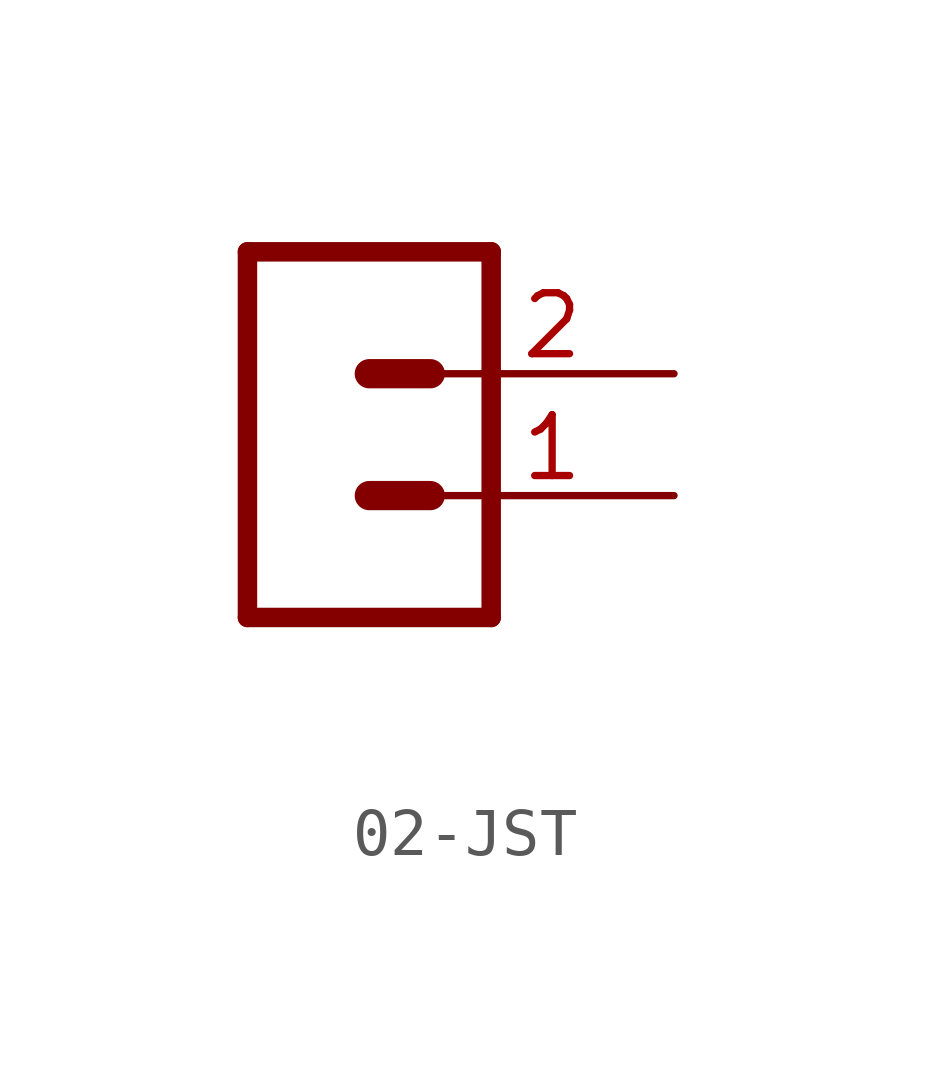
<source format=kicad_sym>
(kicad_symbol_lib
  (version 20220914)
  (generator kicad_symbol_editor)
  (symbol "02-JST"
    (property "Reference" ""
      (at -1.27 3.302 0)
      (effects (font (size 1.778 1.511)) (justify left bottom) hide))
    (property "Value" ""
      (at -1.27 -7.62 0)
      (effects (font (size 1.778 1.511)) (justify left bottom)))
    (property "ki_locked" ""
      (at 0 0 0)
      (effects (font (size 1.27 1.27))))
    (symbol "02-JST_1_0"
      (polyline (pts (xy -1.27 2.54) (xy -1.27 -5.08)) (stroke (width 0.406) (type solid)) (fill (type none)))
      (polyline (pts (xy -1.27 2.54) (xy 3.81 2.54)) (stroke (width 0.406) (type solid)) (fill (type none)))
      (polyline (pts (xy 1.27 -2.54) (xy 2.54 -2.54)) (stroke (width 0.61) (type solid)) (fill (type none)))
      (polyline (pts (xy 1.27 0) (xy 2.54 0)) (stroke (width 0.61) (type solid)) (fill (type none)))
      (polyline (pts (xy 3.81 -5.08) (xy -1.27 -5.08)) (stroke (width 0.406) (type solid)) (fill (type none)))
      (polyline (pts (xy 3.81 -5.08) (xy 3.81 2.54)) (stroke (width 0.406) (type solid)) (fill (type none)))
      (pin passive line (at 7.62 -2.54 180) (length 5.08) (name "1" (effects (font (size 0 0)))) (number "1" (effects (font (size 1.27 1.27)))))
      (pin passive line (at 7.62 0 180) (length 5.08) (name "2" (effects (font (size 0 0)))) (number "2" (effects (font (size 1.27 1.27))))))))
</source>
